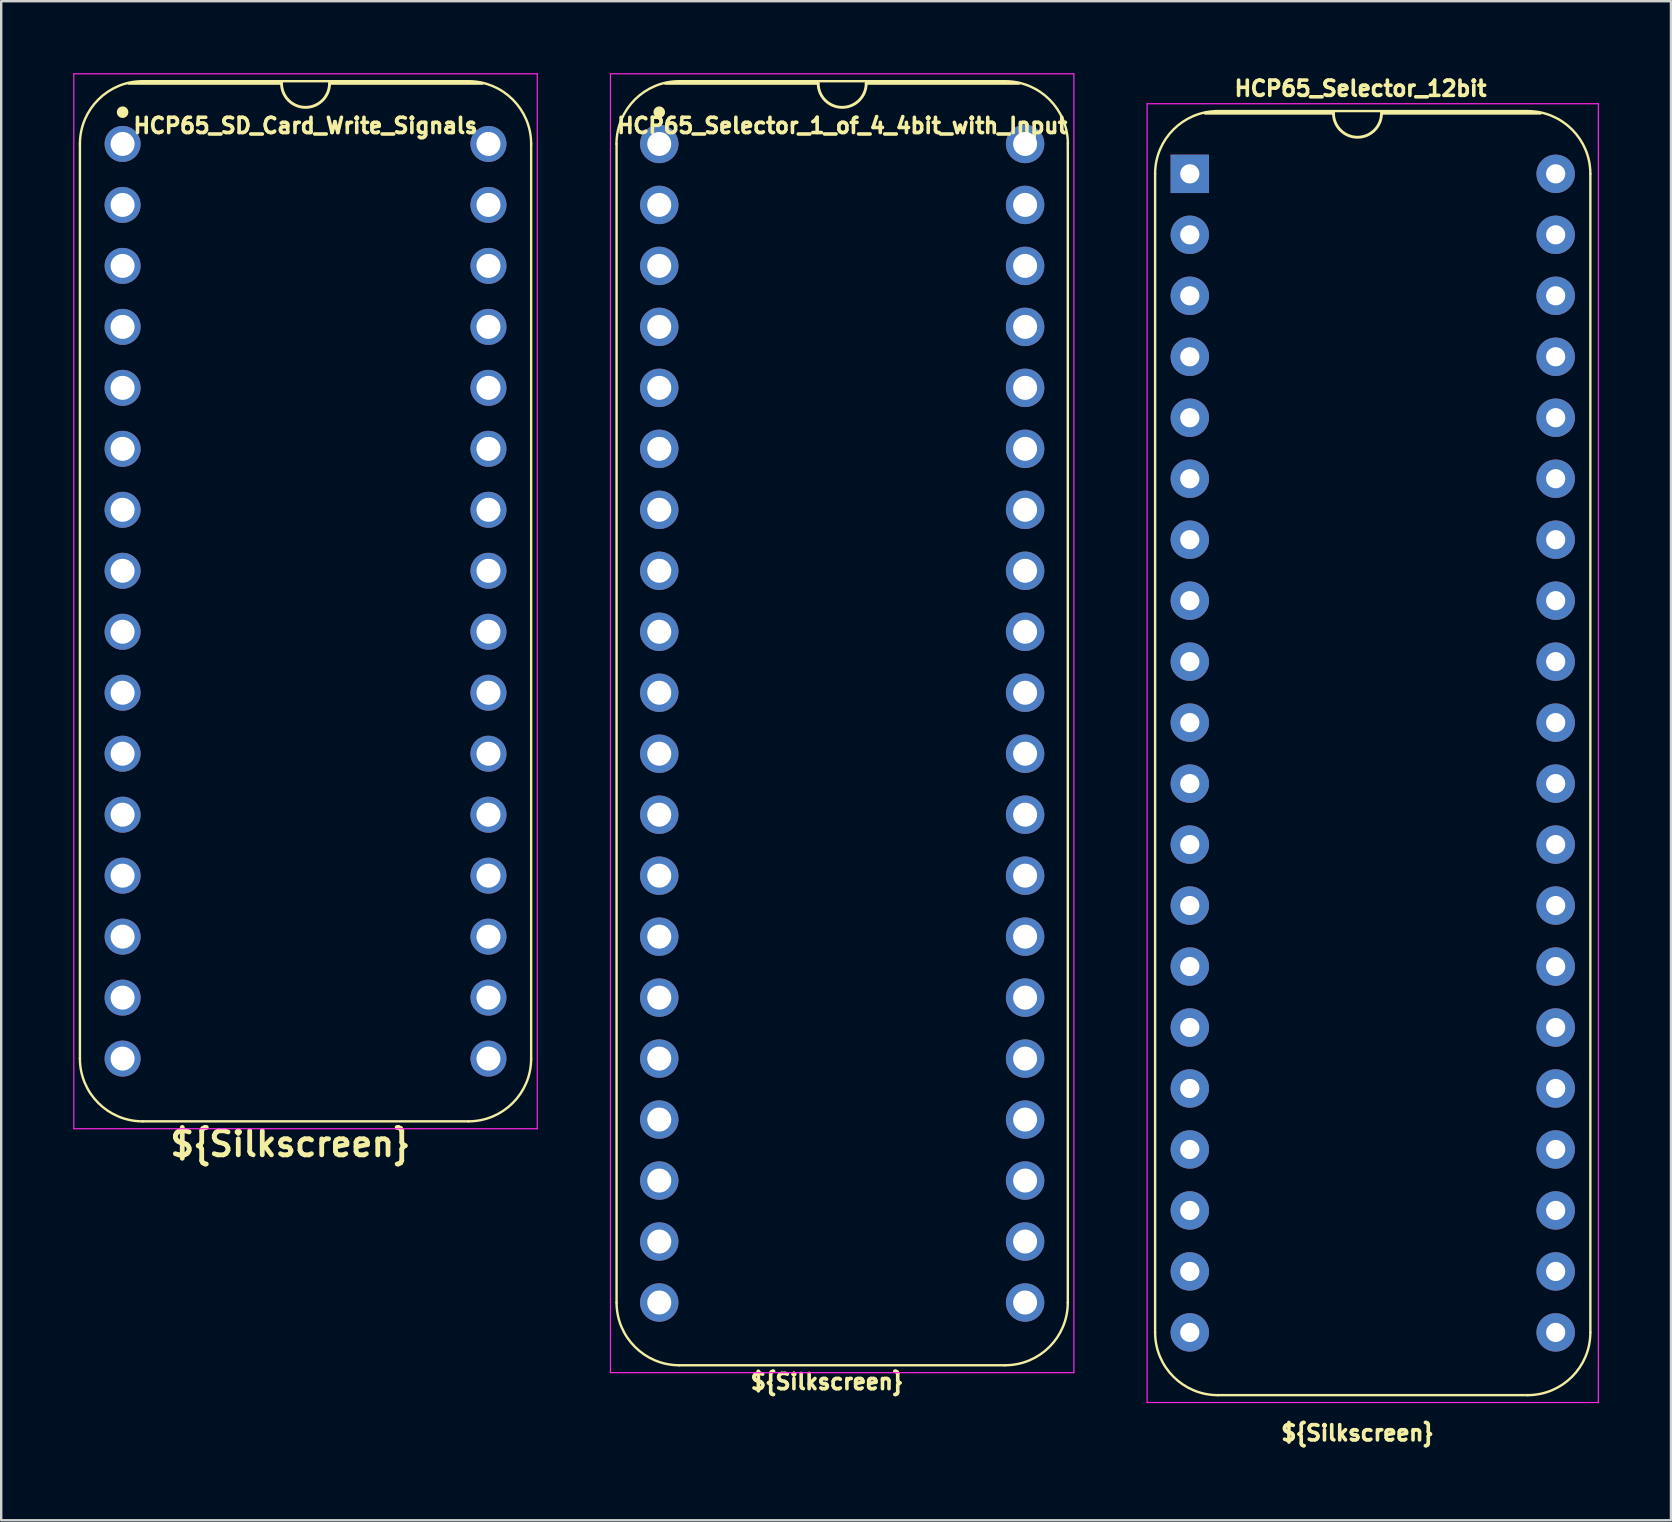
<source format=kicad_pcb>
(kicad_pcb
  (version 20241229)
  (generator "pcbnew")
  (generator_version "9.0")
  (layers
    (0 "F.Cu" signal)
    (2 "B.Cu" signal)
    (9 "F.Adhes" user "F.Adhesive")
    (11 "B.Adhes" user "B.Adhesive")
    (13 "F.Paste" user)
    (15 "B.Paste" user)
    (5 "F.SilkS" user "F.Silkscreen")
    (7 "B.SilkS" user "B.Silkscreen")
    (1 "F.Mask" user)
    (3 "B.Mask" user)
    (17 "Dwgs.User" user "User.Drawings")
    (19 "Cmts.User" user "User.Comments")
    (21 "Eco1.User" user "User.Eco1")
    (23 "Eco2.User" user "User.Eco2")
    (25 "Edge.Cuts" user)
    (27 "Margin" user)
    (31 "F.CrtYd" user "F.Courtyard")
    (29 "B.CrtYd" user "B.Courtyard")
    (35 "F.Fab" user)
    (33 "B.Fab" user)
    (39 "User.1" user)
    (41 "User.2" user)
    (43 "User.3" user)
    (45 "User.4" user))
  (footprint "HCP65_Selector_12bit"
    (layer "F.Cu")
    (at 46.511 4.191)
    (property "Reference" "HCP65_Selector_12bit" (at 7.112 -3.556 0) (layer "F.SilkS") (effects (font (size 0.635 0.635) (thickness 0.15))))
    (attr through_hole)
    (fp_line (start -1.445 48.26) (end -1.445 0) (stroke (width 0.1) (type solid)) (layer "F.SilkS"))
    (fp_line (start 1.168 -2.614) (end 14.072 -2.614) (stroke (width 0.1) (type solid)) (layer "F.SilkS"))
    (fp_line (start 5.985 -2.524) (end 0.635 -2.524) (stroke (width 0.12) (type solid)) (layer "F.SilkS"))
    (fp_line (start 14.072 50.874) (end 1.168 50.874) (stroke (width 0.1) (type solid)) (layer "F.SilkS"))
    (fp_line (start 14.605 -2.524) (end 7.985 -2.524) (stroke (width 0.12) (type solid)) (layer "F.SilkS"))
    (fp_line (start 16.685 48.26) (end 16.685 0) (stroke (width 0.1) (type solid)) (layer "F.SilkS"))
    (fp_arc (start -1.445332 0) (mid -0.679788 -1.848188) (end 1.1684 -2.613732) (stroke (width 0.1) (type solid)) (layer "F.SilkS"))
    (fp_arc (start 1.168401 50.873733) (mid -0.679788 50.108189) (end -1.445332 48.26) (stroke (width 0.1) (type solid)) (layer "F.SilkS"))
    (fp_arc (start 7.985 -2.524) (mid 6.985 -1.524) (end 5.985 -2.524) (stroke (width 0.12) (type solid)) (layer "F.SilkS"))
    (fp_arc (start 14.0716 -2.613732) (mid 15.919788 -1.848188) (end 16.685332 0) (stroke (width 0.1) (type solid)) (layer "F.SilkS"))
    (fp_arc (start 16.685333 48.260001) (mid 15.919788 50.108188) (end 14.071601 50.873733) (stroke (width 0.1) (type solid)) (layer "F.SilkS"))
    (fp_line (start -1.778 -2.921) (end -1.778 51.181) (stroke (width 0.05) (type solid)) (layer "F.CrtYd"))
    (fp_line (start -1.778 -2.921) (end 17.018 -2.921) (stroke (width 0.05) (type solid)) (layer "F.CrtYd"))
    (fp_line (start -1.778 51.181) (end 17.018 51.181) (stroke (width 0.05) (type solid)) (layer "F.CrtYd"))
    (fp_line (start 17.018 -2.921) (end 17.018 51.181) (stroke (width 0.05) (type solid)) (layer "F.CrtYd"))
    (fp_text user "${Silkscreen}" (at 6.985 52.451 0) (layer "F.SilkS") (effects (font (size 0.635 0.635) (thickness 0.15))))
    (pad "1" thru_hole rect (at 0 0) (size 1.6 1.6) (drill 0.8) (layers "*.Cu" "*.Mask"))
    (pad "2" thru_hole oval (at 0 2.54) (size 1.6 1.6) (drill 0.8) (layers "*.Cu" "*.Mask"))
    (pad "3" thru_hole oval (at 0 5.08) (size 1.6 1.6) (drill 0.8) (layers "*.Cu" "*.Mask"))
    (pad "4" thru_hole oval (at 0 7.62) (size 1.6 1.6) (drill 0.8) (layers "*.Cu" "*.Mask"))
    (pad "5" thru_hole oval (at 0 10.16) (size 1.6 1.6) (drill 0.8) (layers "*.Cu" "*.Mask"))
    (pad "6" thru_hole oval (at 0 12.7) (size 1.6 1.6) (drill 0.8) (layers "*.Cu" "*.Mask"))
    (pad "7" thru_hole oval (at 0 15.24) (size 1.6 1.6) (drill 0.8) (layers "*.Cu" "*.Mask"))
    (pad "8" thru_hole oval (at 0 17.78) (size 1.6 1.6) (drill 0.8) (layers "*.Cu" "*.Mask"))
    (pad "9" thru_hole oval (at 0 20.32) (size 1.6 1.6) (drill 0.8) (layers "*.Cu" "*.Mask"))
    (pad "10" thru_hole oval (at 0 22.86) (size 1.6 1.6) (drill 0.8) (layers "*.Cu" "*.Mask"))
    (pad "11" thru_hole oval (at 0 25.4) (size 1.6 1.6) (drill 0.8) (layers "*.Cu" "*.Mask"))
    (pad "12" thru_hole oval (at 0 27.94) (size 1.6 1.6) (drill 0.8) (layers "*.Cu" "*.Mask"))
    (pad "13" thru_hole oval (at 0 30.48) (size 1.6 1.6) (drill 0.8) (layers "*.Cu" "*.Mask"))
    (pad "14" thru_hole oval (at 0 33.02) (size 1.6 1.6) (drill 0.8) (layers "*.Cu" "*.Mask"))
    (pad "15" thru_hole oval (at 0 35.56) (size 1.6 1.6) (drill 0.8) (layers "*.Cu" "*.Mask"))
    (pad "16" thru_hole oval (at 0 38.1) (size 1.6 1.6) (drill 0.8) (layers "*.Cu" "*.Mask"))
    (pad "17" thru_hole oval (at 0 40.64) (size 1.6 1.6) (drill 0.8) (layers "*.Cu" "*.Mask"))
    (pad "18" thru_hole oval (at 0 43.18) (size 1.6 1.6) (drill 0.8) (layers "*.Cu" "*.Mask"))
    (pad "19" thru_hole oval (at 0 45.72) (size 1.6 1.6) (drill 0.8) (layers "*.Cu" "*.Mask"))
    (pad "20" thru_hole oval (at 0 48.26) (size 1.6 1.6) (drill 0.8) (layers "*.Cu" "*.Mask"))
    (pad "21" thru_hole oval (at 15.24 48.26) (size 1.6 1.6) (drill 0.8) (layers "*.Cu" "*.Mask"))
    (pad "22" thru_hole oval (at 15.24 45.72) (size 1.6 1.6) (drill 0.8) (layers "*.Cu" "*.Mask"))
    (pad "23" thru_hole oval (at 15.24 43.18) (size 1.6 1.6) (drill 0.8) (layers "*.Cu" "*.Mask"))
    (pad "24" thru_hole oval (at 15.24 40.64) (size 1.6 1.6) (drill 0.8) (layers "*.Cu" "*.Mask"))
    (pad "25" thru_hole oval (at 15.24 38.1) (size 1.6 1.6) (drill 0.8) (layers "*.Cu" "*.Mask"))
    (pad "26" thru_hole oval (at 15.24 35.56) (size 1.6 1.6) (drill 0.8) (layers "*.Cu" "*.Mask"))
    (pad "27" thru_hole oval (at 15.24 33.02) (size 1.6 1.6) (drill 0.8) (layers "*.Cu" "*.Mask"))
    (pad "28" thru_hole oval (at 15.24 30.48) (size 1.6 1.6) (drill 0.8) (layers "*.Cu" "*.Mask"))
    (pad "29" thru_hole oval (at 15.24 27.94) (size 1.6 1.6) (drill 0.8) (layers "*.Cu" "*.Mask"))
    (pad "30" thru_hole oval (at 15.24 25.4) (size 1.6 1.6) (drill 0.8) (layers "*.Cu" "*.Mask"))
    (pad "31" thru_hole oval (at 15.24 22.86) (size 1.6 1.6) (drill 0.8) (layers "*.Cu" "*.Mask"))
    (pad "32" thru_hole oval (at 15.24 20.32) (size 1.6 1.6) (drill 0.8) (layers "*.Cu" "*.Mask"))
    (pad "33" thru_hole oval (at 15.24 17.78) (size 1.6 1.6) (drill 0.8) (layers "*.Cu" "*.Mask"))
    (pad "34" thru_hole oval (at 15.24 15.24) (size 1.6 1.6) (drill 0.8) (layers "*.Cu" "*.Mask"))
    (pad "35" thru_hole oval (at 15.24 12.7) (size 1.6 1.6) (drill 0.8) (layers "*.Cu" "*.Mask"))
    (pad "36" thru_hole oval (at 15.24 10.16) (size 1.6 1.6) (drill 0.8) (layers "*.Cu" "*.Mask"))
    (pad "37" thru_hole oval (at 15.24 7.62) (size 1.6 1.6) (drill 0.8) (layers "*.Cu" "*.Mask"))
    (pad "38" thru_hole oval (at 15.24 5.08) (size 1.6 1.6) (drill 0.8) (layers "*.Cu" "*.Mask"))
    (pad "39" thru_hole oval (at 15.24 2.54) (size 1.6 1.6) (drill 0.8) (layers "*.Cu" "*.Mask"))
    (pad "40" thru_hole oval (at 15.24 0) (size 1.6 1.6) (drill 0.8) (layers "*.Cu" "*.Mask")))
  (footprint "HCP65_Selector_1_of_4_4bit_with_Input"
    (layer "F.Cu")
    (at 24.411 2.946)
    (property "Reference" "HCP65_Selector_1_of_4_4bit_with_Input" (at 7.62 -0.762 0) (layer "F.SilkS") (effects (font (size 0.635 0.635) (thickness 0.15))))
    (attr through_hole)
    (fp_line (start -1.778 48.26) (end -1.778 0) (stroke (width 0.1) (type solid)) (layer "F.SilkS"))
    (fp_line (start 0.832 -2.614) (end 14.408 -2.614) (stroke (width 0.1) (type solid)) (layer "F.SilkS"))
    (fp_line (start 6.62 -2.524) (end 0.254 -2.524) (stroke (width 0.12) (type solid)) (layer "F.SilkS"))
    (fp_line (start 14.404 50.874) (end 0.836 50.874) (stroke (width 0.1) (type solid)) (layer "F.SilkS"))
    (fp_line (start 14.986 -2.524) (end 8.62 -2.524) (stroke (width 0.12) (type solid)) (layer "F.SilkS"))
    (fp_line (start 17.018 48.26) (end 17.018 0) (stroke (width 0.1) (type solid)) (layer "F.SilkS"))
    (fp_arc (start -1.781544 0) (mid -1.016 -1.848188) (end 0.832188 -2.613732) (stroke (width 0.1) (type solid)) (layer "F.SilkS"))
    (fp_arc (start 0.835733 50.873733) (mid -1.012456 50.108189) (end -1.778 48.26) (stroke (width 0.1) (type solid)) (layer "F.SilkS"))
    (fp_arc (start 8.62 -2.524) (mid 7.62 -1.524) (end 6.62 -2.524) (stroke (width 0.12) (type solid)) (layer "F.SilkS"))
    (fp_arc (start 14.407812 -2.613732) (mid 16.256 -1.848188) (end 17.021544 0) (stroke (width 0.1) (type solid)) (layer "F.SilkS"))
    (fp_arc (start 17.018001 48.260001) (mid 16.252456 50.108188) (end 14.404269 50.873733) (stroke (width 0.1) (type solid)) (layer "F.SilkS"))
    (fp_circle (center 0 -1.323) (end 0.18 -1.323) (stroke (width 0.12) (type solid)) (fill yes) (layer "F.SilkS"))
    (fp_line (start -2.032 -2.921) (end -2.032 51.181) (stroke (width 0.05) (type solid)) (layer "F.CrtYd"))
    (fp_line (start -2.032 -2.921) (end 17.272 -2.921) (stroke (width 0.05) (type solid)) (layer "F.CrtYd"))
    (fp_line (start -2.032 51.181) (end 17.272 51.181) (stroke (width 0.05) (type solid)) (layer "F.CrtYd"))
    (fp_line (start 17.272 -2.921) (end 17.272 51.181) (stroke (width 0.05) (type solid)) (layer "F.CrtYd"))
    (fp_text user "${Silkscreen}" (at 6.985 51.562 0) (layer "F.SilkS") (effects (font (size 0.635 0.635) (thickness 0.15))))
    (pad "1" thru_hole circle (at 0 0) (size 1.6 1.6) (drill 1) (layers "*.Cu" "*.Mask"))
    (pad "2" thru_hole circle (at 0 2.54) (size 1.6 1.6) (drill 1) (layers "*.Cu" "*.Mask"))
    (pad "3" thru_hole circle (at 0 5.08) (size 1.6 1.6) (drill 1) (layers "*.Cu" "*.Mask"))
    (pad "4" thru_hole circle (at 0 7.62) (size 1.6 1.6) (drill 1) (layers "*.Cu" "*.Mask"))
    (pad "5" thru_hole circle (at 0 10.16) (size 1.6 1.6) (drill 1) (layers "*.Cu" "*.Mask"))
    (pad "6" thru_hole circle (at 0 12.7) (size 1.6 1.6) (drill 1) (layers "*.Cu" "*.Mask"))
    (pad "7" thru_hole circle (at 0 15.24) (size 1.6 1.6) (drill 1) (layers "*.Cu" "*.Mask"))
    (pad "8" thru_hole circle (at 0 17.78) (size 1.6 1.6) (drill 1) (layers "*.Cu" "*.Mask"))
    (pad "9" thru_hole circle (at 0 20.32) (size 1.6 1.6) (drill 1) (layers "*.Cu" "*.Mask"))
    (pad "10" thru_hole circle (at 0 22.86) (size 1.6 1.6) (drill 1) (layers "*.Cu" "*.Mask"))
    (pad "11" thru_hole circle (at 0 25.4) (size 1.6 1.6) (drill 1) (layers "*.Cu" "*.Mask"))
    (pad "12" thru_hole circle (at 0 27.94) (size 1.6 1.6) (drill 1) (layers "*.Cu" "*.Mask"))
    (pad "13" thru_hole circle (at 0 30.48) (size 1.6 1.6) (drill 1) (layers "*.Cu" "*.Mask"))
    (pad "14" thru_hole circle (at 0 33.02) (size 1.6 1.6) (drill 1) (layers "*.Cu" "*.Mask"))
    (pad "15" thru_hole circle (at 0 35.56) (size 1.6 1.6) (drill 1) (layers "*.Cu" "*.Mask"))
    (pad "16" thru_hole circle (at 0 38.1) (size 1.6 1.6) (drill 1) (layers "*.Cu" "*.Mask"))
    (pad "17" thru_hole circle (at 0 40.64) (size 1.6 1.6) (drill 1) (layers "*.Cu" "*.Mask"))
    (pad "18" thru_hole circle (at 0 43.18) (size 1.6 1.6) (drill 1) (layers "*.Cu" "*.Mask"))
    (pad "19" thru_hole circle (at 0 45.72) (size 1.6 1.6) (drill 1) (layers "*.Cu" "*.Mask"))
    (pad "20" thru_hole circle (at 0 48.26) (size 1.6 1.6) (drill 1) (layers "*.Cu" "*.Mask"))
    (pad "21" thru_hole circle (at 15.24 48.26) (size 1.6 1.6) (drill 1) (layers "*.Cu" "*.Mask"))
    (pad "22" thru_hole circle (at 15.24 45.72) (size 1.6 1.6) (drill 1) (layers "*.Cu" "*.Mask"))
    (pad "23" thru_hole circle (at 15.24 43.18) (size 1.6 1.6) (drill 1) (layers "*.Cu" "*.Mask"))
    (pad "24" thru_hole circle (at 15.24 40.64) (size 1.6 1.6) (drill 1) (layers "*.Cu" "*.Mask"))
    (pad "25" thru_hole circle (at 15.24 38.1) (size 1.6 1.6) (drill 1) (layers "*.Cu" "*.Mask"))
    (pad "26" thru_hole circle (at 15.24 35.56) (size 1.6 1.6) (drill 1) (layers "*.Cu" "*.Mask"))
    (pad "27" thru_hole circle (at 15.24 33.02) (size 1.6 1.6) (drill 1) (layers "*.Cu" "*.Mask"))
    (pad "28" thru_hole circle (at 15.24 30.48) (size 1.6 1.6) (drill 1) (layers "*.Cu" "*.Mask"))
    (pad "29" thru_hole circle (at 15.24 27.94) (size 1.6 1.6) (drill 1) (layers "*.Cu" "*.Mask"))
    (pad "30" thru_hole circle (at 15.24 25.4) (size 1.6 1.6) (drill 1) (layers "*.Cu" "*.Mask"))
    (pad "31" thru_hole circle (at 15.24 22.86) (size 1.6 1.6) (drill 1) (layers "*.Cu" "*.Mask"))
    (pad "32" thru_hole circle (at 15.24 20.32) (size 1.6 1.6) (drill 1) (layers "*.Cu" "*.Mask"))
    (pad "33" thru_hole circle (at 15.24 17.78) (size 1.6 1.6) (drill 1) (layers "*.Cu" "*.Mask"))
    (pad "34" thru_hole circle (at 15.24 15.24) (size 1.6 1.6) (drill 1) (layers "*.Cu" "*.Mask"))
    (pad "35" thru_hole circle (at 15.24 12.7) (size 1.6 1.6) (drill 1) (layers "*.Cu" "*.Mask"))
    (pad "36" thru_hole circle (at 15.24 10.16) (size 1.6 1.6) (drill 1) (layers "*.Cu" "*.Mask"))
    (pad "37" thru_hole circle (at 15.24 7.62) (size 1.6 1.6) (drill 1) (layers "*.Cu" "*.Mask"))
    (pad "38" thru_hole circle (at 15.24 5.08) (size 1.6 1.6) (drill 1) (layers "*.Cu" "*.Mask"))
    (pad "39" thru_hole circle (at 15.24 2.54) (size 1.6 1.6) (drill 1) (layers "*.Cu" "*.Mask"))
    (pad "40" thru_hole circle (at 15.24 0) (size 1.6 1.6) (drill 1) (layers "*.Cu" "*.Mask")))
  (footprint "HCP65_SD_Card_Write_Signals"
    (layer "F.Cu")
    (at 2.057 2.946)
    (property "Reference" "HCP65_SD_Card_Write_Signals" (at 7.62 -0.762 0) (layer "F.SilkS") (effects (font (size 0.635 0.635) (thickness 0.15))))
    (property "Silkscreen" "${Silkscreen}" (at 6.985 41.656 0) (layer "F.SilkS") (effects (font (size 1 1) (thickness 0.2))))
    (attr through_hole)
    (fp_line (start -1.778 38.1) (end -1.778 0) (stroke (width 0.1) (type solid)) (layer "F.SilkS"))
    (fp_line (start 0.836 -2.614) (end 14.404 -2.614) (stroke (width 0.1) (type solid)) (layer "F.SilkS"))
    (fp_line (start 6.62 -2.524) (end 0.254 -2.524) (stroke (width 0.12) (type solid)) (layer "F.SilkS"))
    (fp_line (start 14.404 40.714) (end 0.836 40.714) (stroke (width 0.1) (type solid)) (layer "F.SilkS"))
    (fp_line (start 14.986 -2.524) (end 8.62 -2.524) (stroke (width 0.12) (type solid)) (layer "F.SilkS"))
    (fp_line (start 17.018 38.1) (end 17.018 -0.000001) (stroke (width 0.1) (type solid)) (layer "F.SilkS"))
    (fp_arc (start -1.778 0) (mid -1.012456 -1.848188) (end 0.835732 -2.613732) (stroke (width 0.1) (type solid)) (layer "F.SilkS"))
    (fp_arc (start 0.835733 40.713733) (mid -1.012456 39.948189) (end -1.778 38.1) (stroke (width 0.1) (type solid)) (layer "F.SilkS"))
    (fp_arc (start 8.62 -2.524) (mid 7.62 -1.524) (end 6.62 -2.524) (stroke (width 0.12) (type solid)) (layer "F.SilkS"))
    (fp_arc (start 14.404267 -2.613733) (mid 16.252455 -1.848189) (end 17.017999 -0.000001) (stroke (width 0.1) (type solid)) (layer "F.SilkS"))
    (fp_arc (start 17.018 38.1) (mid 16.252455 39.948187) (end 14.404268 40.713732) (stroke (width 0.1) (type solid)) (layer "F.SilkS"))
    (fp_circle (center 0 -1.323) (end 0.18 -1.323) (stroke (width 0.12) (type solid)) (fill yes) (layer "F.SilkS"))
    (fp_line (start -2.032 -2.921) (end -2.032 41.021) (stroke (width 0.05) (type solid)) (layer "F.CrtYd"))
    (fp_line (start -2.032 -2.921) (end 17.272 -2.921) (stroke (width 0.05) (type solid)) (layer "F.CrtYd"))
    (fp_line (start -2.032 41.021) (end 17.272 41.021) (stroke (width 0.05) (type solid)) (layer "F.CrtYd"))
    (fp_line (start 17.272 -2.921) (end 17.272 41.021) (stroke (width 0.05) (type solid)) (layer "F.CrtYd"))
    (pad "1" thru_hole circle (at 0 0) (size 1.5 1.5) (drill 1) (layers "*.Cu" "*.Mask"))
    (pad "2" thru_hole circle (at 0 2.54) (size 1.5 1.5) (drill 1) (layers "*.Cu" "*.Mask"))
    (pad "3" thru_hole circle (at 0 5.08) (size 1.5 1.5) (drill 1) (layers "*.Cu" "*.Mask"))
    (pad "4" thru_hole circle (at 0 7.62) (size 1.5 1.5) (drill 1) (layers "*.Cu" "*.Mask"))
    (pad "5" thru_hole circle (at 0 10.16) (size 1.5 1.5) (drill 1) (layers "*.Cu" "*.Mask"))
    (pad "6" thru_hole circle (at 0 12.7) (size 1.5 1.5) (drill 1) (layers "*.Cu" "*.Mask"))
    (pad "7" thru_hole circle (at 0 15.24) (size 1.5 1.5) (drill 1) (layers "*.Cu" "*.Mask"))
    (pad "8" thru_hole circle (at 0 17.78) (size 1.5 1.5) (drill 1) (layers "*.Cu" "*.Mask"))
    (pad "9" thru_hole circle (at 0 20.32) (size 1.5 1.5) (drill 1) (layers "*.Cu" "*.Mask"))
    (pad "10" thru_hole circle (at 0 22.86) (size 1.5 1.5) (drill 1) (layers "*.Cu" "*.Mask"))
    (pad "11" thru_hole circle (at 0 25.4) (size 1.5 1.5) (drill 1) (layers "*.Cu" "*.Mask"))
    (pad "12" thru_hole circle (at 0 27.94) (size 1.5 1.5) (drill 1) (layers "*.Cu" "*.Mask"))
    (pad "13" thru_hole circle (at 0 30.48) (size 1.5 1.5) (drill 1) (layers "*.Cu" "*.Mask"))
    (pad "14" thru_hole circle (at 0 33.02) (size 1.5 1.5) (drill 1) (layers "*.Cu" "*.Mask"))
    (pad "15" thru_hole circle (at 0 35.56) (size 1.5 1.5) (drill 1) (layers "*.Cu" "*.Mask"))
    (pad "16" thru_hole circle (at 0 38.1) (size 1.5 1.5) (drill 1) (layers "*.Cu" "*.Mask"))
    (pad "17" thru_hole circle (at 15.24 38.1) (size 1.5 1.5) (drill 1) (layers "*.Cu" "*.Mask"))
    (pad "18" thru_hole circle (at 15.24 35.56) (size 1.5 1.5) (drill 1) (layers "*.Cu" "*.Mask"))
    (pad "19" thru_hole circle (at 15.24 33.02) (size 1.5 1.5) (drill 1) (layers "*.Cu" "*.Mask"))
    (pad "20" thru_hole circle (at 15.24 30.48) (size 1.5 1.5) (drill 1) (layers "*.Cu" "*.Mask"))
    (pad "21" thru_hole circle (at 15.24 27.94) (size 1.5 1.5) (drill 1) (layers "*.Cu" "*.Mask"))
    (pad "22" thru_hole circle (at 15.24 25.4) (size 1.5 1.5) (drill 1) (layers "*.Cu" "*.Mask"))
    (pad "23" thru_hole circle (at 15.24 22.86) (size 1.5 1.5) (drill 1) (layers "*.Cu" "*.Mask"))
    (pad "24" thru_hole circle (at 15.24 20.32) (size 1.5 1.5) (drill 1) (layers "*.Cu" "*.Mask"))
    (pad "25" thru_hole circle (at 15.24 17.78) (size 1.5 1.5) (drill 1) (layers "*.Cu" "*.Mask"))
    (pad "26" thru_hole circle (at 15.24 15.24) (size 1.5 1.5) (drill 1) (layers "*.Cu" "*.Mask"))
    (pad "27" thru_hole circle (at 15.24 12.7) (size 1.5 1.5) (drill 1) (layers "*.Cu" "*.Mask"))
    (pad "28" thru_hole circle (at 15.24 10.16) (size 1.5 1.5) (drill 1) (layers "*.Cu" "*.Mask"))
    (pad "29" thru_hole circle (at 15.24 7.62) (size 1.5 1.5) (drill 1) (layers "*.Cu" "*.Mask"))
    (pad "30" thru_hole circle (at 15.24 5.08) (size 1.5 1.5) (drill 1) (layers "*.Cu" "*.Mask"))
    (pad "31" thru_hole circle (at 15.24 2.54) (size 1.5 1.5) (drill 1) (layers "*.Cu" "*.Mask"))
    (pad "32" thru_hole circle (at 15.24 0) (size 1.5 1.5) (drill 1) (layers "*.Cu" "*.Mask")))
  (gr_rect
    (start -3 -3)
    (end 66.554 60.276)
    (stroke (width 0.1) (type default))
    (fill no)
    (layer "Edge.Cuts")))
</source>
